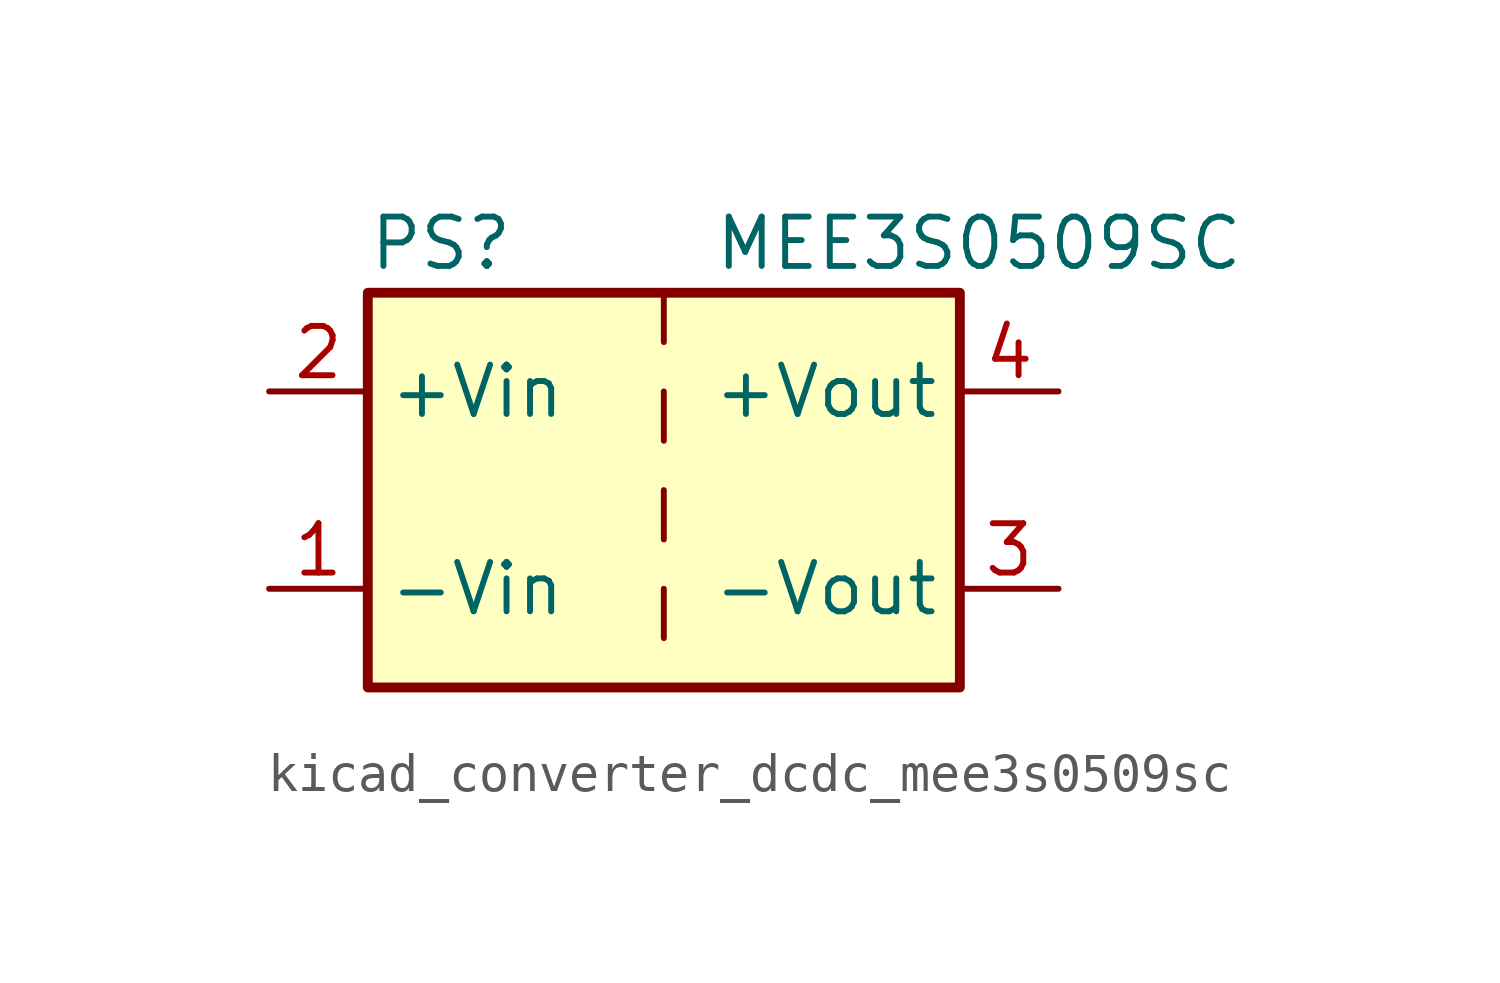
<source format=kicad_sym>
(kicad_symbol_lib
  (version 20220914)
  (generator kicad_symbol_editor)
  (symbol "kicad_converter_dcdc_mee3s0509sc"
    (property "Reference" "PS"
      (at -7.62 6.35 0)
      (effects (font (size 1.27 1.27)) (justify left)))
    (property "Value" "MEE3S0509SC"
      (at 1.27 6.35 0)
      (effects (font (size 1.27 1.27)) (justify left)))
    (symbol "kicad_converter_dcdc_mee3s0509sc_0_0"
      (pin power_in line (at -10.16 -2.54 0) (length 2.54) (name "-Vin" (effects (font (size 1.27 1.27)))) (number "1" (effects (font (size 1.27 1.27)))))
      (pin power_in line (at -10.16 2.54 0) (length 2.54) (name "+Vin" (effects (font (size 1.27 1.27)))) (number "2" (effects (font (size 1.27 1.27)))))
      (pin power_out line (at 10.16 -2.54 180) (length 2.54) (name "-Vout" (effects (font (size 1.27 1.27)))) (number "3" (effects (font (size 1.27 1.27)))))
      (pin power_out line (at 10.16 2.54 180) (length 2.54) (name "+Vout" (effects (font (size 1.27 1.27)))) (number "4" (effects (font (size 1.27 1.27))))))
    (symbol "kicad_converter_dcdc_mee3s0509sc_0_1"
      (rectangle (start -7.62 5.08) (end 7.62 -5.08) (stroke (width 0.254) (type default)) (fill (type background)))
      (polyline (pts (xy 0 -2.54) (xy 0 -3.81)) (stroke (width 0) (type default)) (fill (type none)))
      (polyline (pts (xy 0 0) (xy 0 -1.27)) (stroke (width 0) (type default)) (fill (type none)))
      (polyline (pts (xy 0 2.54) (xy 0 1.27)) (stroke (width 0) (type default)) (fill (type none)))
      (polyline (pts (xy 0 5.08) (xy 0 3.81)) (stroke (width 0) (type default)) (fill (type none))))))
</source>
